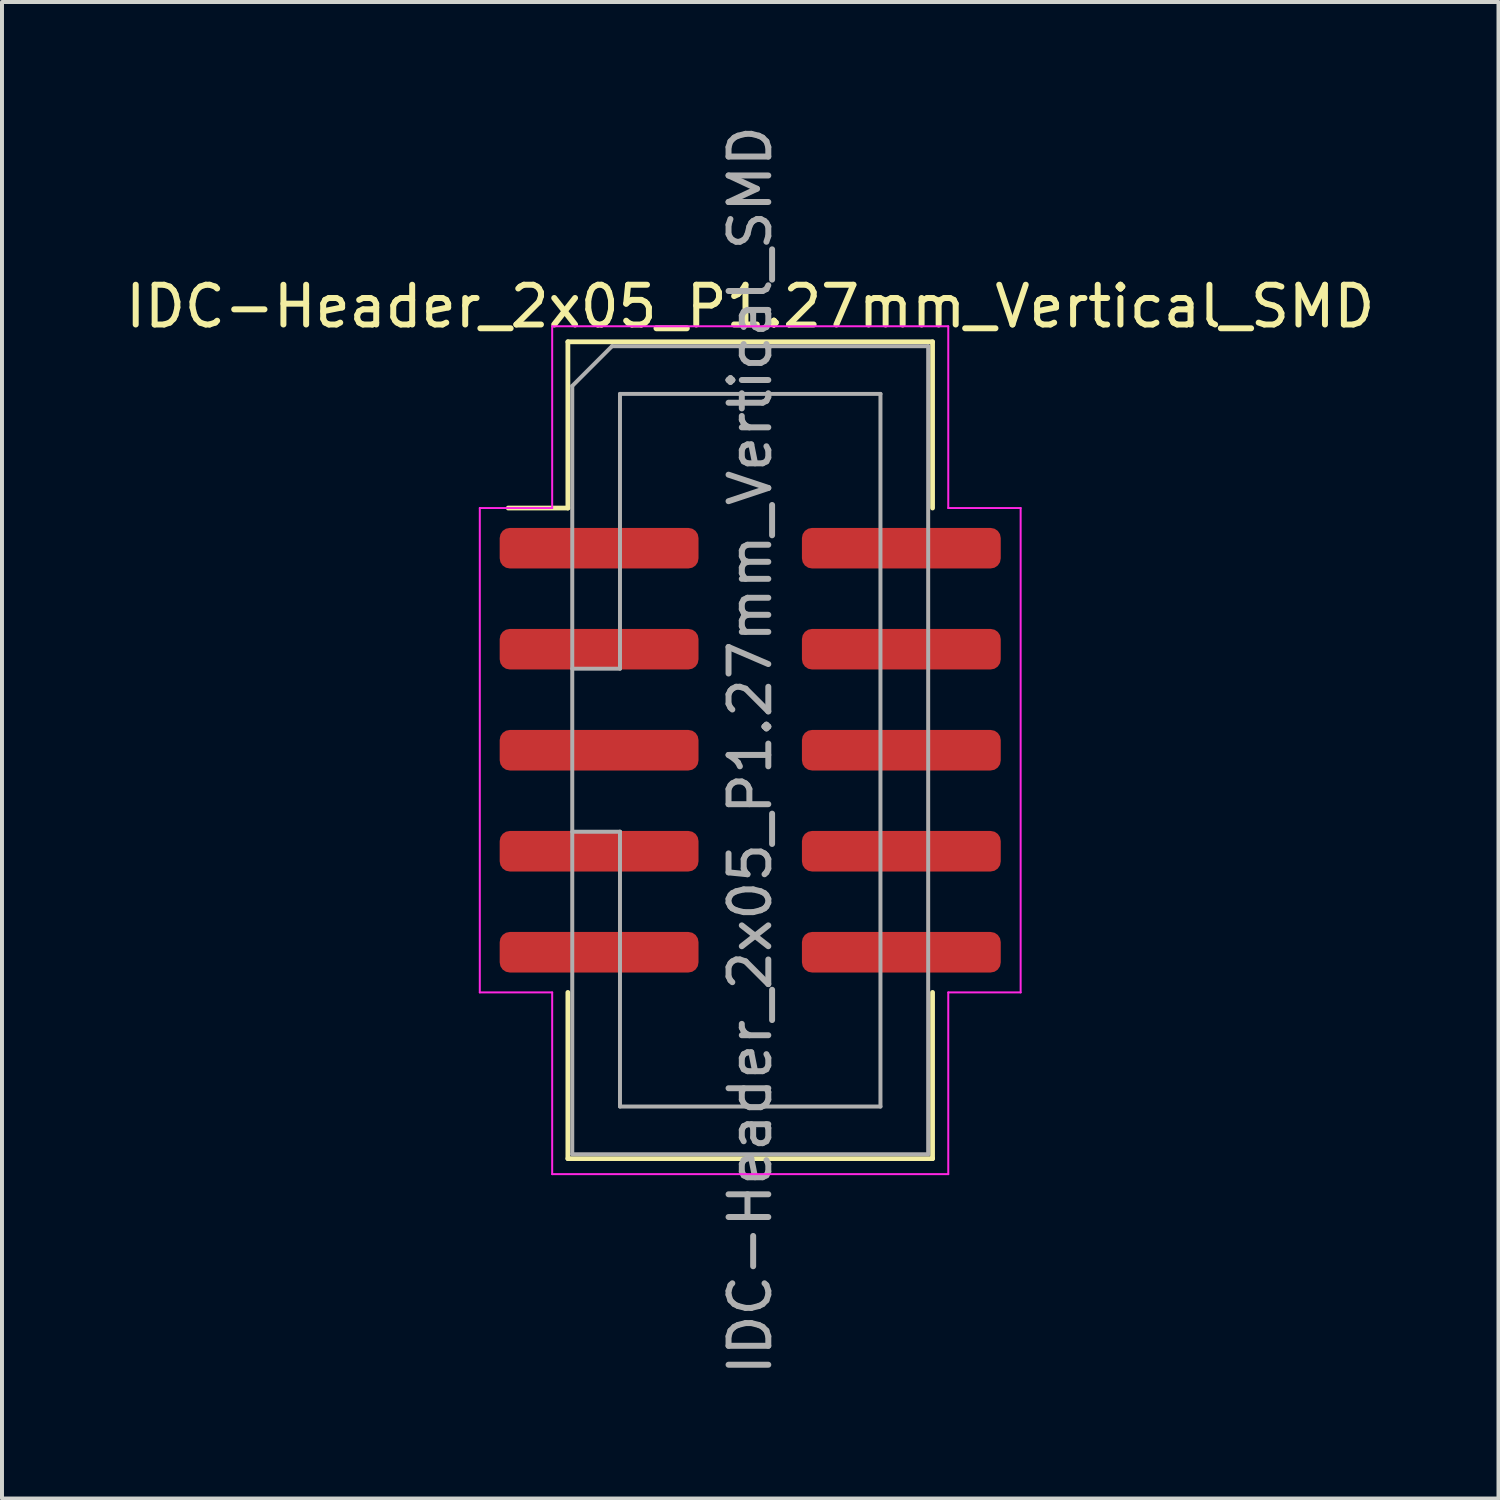
<source format=kicad_pcb>
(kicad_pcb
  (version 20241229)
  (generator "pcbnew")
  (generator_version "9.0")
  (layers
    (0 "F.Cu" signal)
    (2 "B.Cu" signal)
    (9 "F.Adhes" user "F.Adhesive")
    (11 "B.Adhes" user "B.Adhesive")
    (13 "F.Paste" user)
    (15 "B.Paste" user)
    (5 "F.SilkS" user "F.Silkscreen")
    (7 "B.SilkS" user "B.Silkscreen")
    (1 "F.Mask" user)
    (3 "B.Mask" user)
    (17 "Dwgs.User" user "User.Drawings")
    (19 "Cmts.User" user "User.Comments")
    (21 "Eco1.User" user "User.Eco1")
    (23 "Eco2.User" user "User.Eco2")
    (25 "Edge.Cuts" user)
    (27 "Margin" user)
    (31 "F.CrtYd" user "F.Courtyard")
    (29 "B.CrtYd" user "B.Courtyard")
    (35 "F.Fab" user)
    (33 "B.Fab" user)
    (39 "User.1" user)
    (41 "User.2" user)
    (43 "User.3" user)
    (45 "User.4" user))
  (footprint "IDC-Header_2x05_P1.27mm_Vertical_SMD"
    (layer "F.Cu")
    (at 15.815 15.815)
    (property "Reference" "IDC-Header_2x05_P1.27mm_Vertical_SMD" (at 0 -11.16 0) (layer "F.SilkS") (effects (font (size 1 1) (thickness 0.15))))
    (attr smd)
    (fp_line (start -4.585 -10.27) (end 4.585 -10.27) (stroke (width 0.12) (type solid)) (layer "F.SilkS"))
    (fp_line (start -4.585 -6.09) (end -6.085 -6.09) (stroke (width 0.12) (type solid)) (layer "F.SilkS"))
    (fp_line (start -4.585 -6.09) (end -4.585 -10.27) (stroke (width 0.12) (type solid)) (layer "F.SilkS"))
    (fp_line (start -4.585 6.09) (end -4.585 10.27) (stroke (width 0.12) (type solid)) (layer "F.SilkS"))
    (fp_line (start -4.585 10.27) (end 4.585 10.27) (stroke (width 0.12) (type solid)) (layer "F.SilkS"))
    (fp_line (start 4.585 -10.27) (end 4.585 -6.09) (stroke (width 0.12) (type solid)) (layer "F.SilkS"))
    (fp_line (start 4.585 10.27) (end 4.585 6.09) (stroke (width 0.12) (type solid)) (layer "F.SilkS"))
    (fp_line (start -6.8 -6.09) (end -6.8 6.09) (stroke (width 0.05) (type solid)) (layer "F.CrtYd"))
    (fp_line (start -6.8 6.09) (end -4.98 6.09) (stroke (width 0.05) (type solid)) (layer "F.CrtYd"))
    (fp_line (start -4.98 -10.66) (end -4.98 -6.09) (stroke (width 0.05) (type solid)) (layer "F.CrtYd"))
    (fp_line (start -4.98 -6.09) (end -6.8 -6.09) (stroke (width 0.05) (type solid)) (layer "F.CrtYd"))
    (fp_line (start -4.98 6.09) (end -4.98 10.66) (stroke (width 0.05) (type solid)) (layer "F.CrtYd"))
    (fp_line (start -4.98 10.66) (end 4.98 10.66) (stroke (width 0.05) (type solid)) (layer "F.CrtYd"))
    (fp_line (start 4.98 -10.66) (end -4.98 -10.66) (stroke (width 0.05) (type solid)) (layer "F.CrtYd"))
    (fp_line (start 4.98 -6.09) (end 4.98 -10.66) (stroke (width 0.05) (type solid)) (layer "F.CrtYd"))
    (fp_line (start 4.98 6.09) (end 6.8 6.09) (stroke (width 0.05) (type solid)) (layer "F.CrtYd"))
    (fp_line (start 4.98 10.66) (end 4.98 6.09) (stroke (width 0.05) (type solid)) (layer "F.CrtYd"))
    (fp_line (start 6.8 -6.09) (end 4.98 -6.09) (stroke (width 0.05) (type solid)) (layer "F.CrtYd"))
    (fp_line (start 6.8 6.09) (end 6.8 -6.09) (stroke (width 0.05) (type solid)) (layer "F.CrtYd"))
    (fp_line (start -4.475 -9.16) (end -3.475 -10.16) (stroke (width 0.1) (type solid)) (layer "F.Fab"))
    (fp_line (start -4.475 -2.05) (end -3.275 -2.05) (stroke (width 0.1) (type solid)) (layer "F.Fab"))
    (fp_line (start -4.475 10.16) (end -4.475 -9.16) (stroke (width 0.1) (type solid)) (layer "F.Fab"))
    (fp_line (start -3.475 -10.16) (end 4.475 -10.16) (stroke (width 0.1) (type solid)) (layer "F.Fab"))
    (fp_line (start -3.275 -8.96) (end 3.275 -8.96) (stroke (width 0.1) (type solid)) (layer "F.Fab"))
    (fp_line (start -3.275 -2.05) (end -3.275 -8.96) (stroke (width 0.1) (type solid)) (layer "F.Fab"))
    (fp_line (start -3.275 2.05) (end -4.475 2.05) (stroke (width 0.1) (type solid)) (layer "F.Fab"))
    (fp_line (start -3.275 2.05) (end -3.275 2.05) (stroke (width 0.1) (type solid)) (layer "F.Fab"))
    (fp_line (start -3.275 8.96) (end -3.275 2.05) (stroke (width 0.1) (type solid)) (layer "F.Fab"))
    (fp_line (start 3.275 -8.96) (end 3.275 8.96) (stroke (width 0.1) (type solid)) (layer "F.Fab"))
    (fp_line (start 3.275 8.96) (end -3.275 8.96) (stroke (width 0.1) (type solid)) (layer "F.Fab"))
    (fp_line (start 4.475 -10.16) (end 4.475 10.16) (stroke (width 0.1) (type solid)) (layer "F.Fab"))
    (fp_line (start 4.475 10.16) (end -4.475 10.16) (stroke (width 0.1) (type solid)) (layer "F.Fab"))
    (fp_text user "${REFERENCE}" (at 0 0 90) (layer "F.Fab") (effects (font (size 1 1) (thickness 0.15))))
    (pad "1" smd roundrect (at -3.8 -5.08) (size 5 1.02) (layers "F.Cu" "F.Mask" "F.Paste") (roundrect_rratio 0.25))
    (pad "2" smd roundrect (at 3.8 -5.08) (size 5 1.02) (layers "F.Cu" "F.Mask" "F.Paste") (roundrect_rratio 0.25))
    (pad "3" smd roundrect (at -3.8 -2.54) (size 5 1.02) (layers "F.Cu" "F.Mask" "F.Paste") (roundrect_rratio 0.25))
    (pad "4" smd roundrect (at 3.8 -2.54) (size 5 1.02) (layers "F.Cu" "F.Mask" "F.Paste") (roundrect_rratio 0.25))
    (pad "5" smd roundrect (at -3.8 0) (size 5 1.02) (layers "F.Cu" "F.Mask" "F.Paste") (roundrect_rratio 0.25))
    (pad "6" smd roundrect (at 3.8 0) (size 5 1.02) (layers "F.Cu" "F.Mask" "F.Paste") (roundrect_rratio 0.25))
    (pad "7" smd roundrect (at -3.8 2.54) (size 5 1.02) (layers "F.Cu" "F.Mask" "F.Paste") (roundrect_rratio 0.25))
    (pad "8" smd roundrect (at 3.8 2.54) (size 5 1.02) (layers "F.Cu" "F.Mask" "F.Paste") (roundrect_rratio 0.25))
    (pad "9" smd roundrect (at -3.8 5.08) (size 5 1.02) (layers "F.Cu" "F.Mask" "F.Paste") (roundrect_rratio 0.25))
    (pad "10" smd roundrect (at 3.8 5.08) (size 5 1.02) (layers "F.Cu" "F.Mask" "F.Paste") (roundrect_rratio 0.25)))
  (gr_rect
    (start -3 -3)
    (end 34.631 34.631)
    (stroke (width 0.1) (type default))
    (fill no)
    (layer "Edge.Cuts")))
</source>
